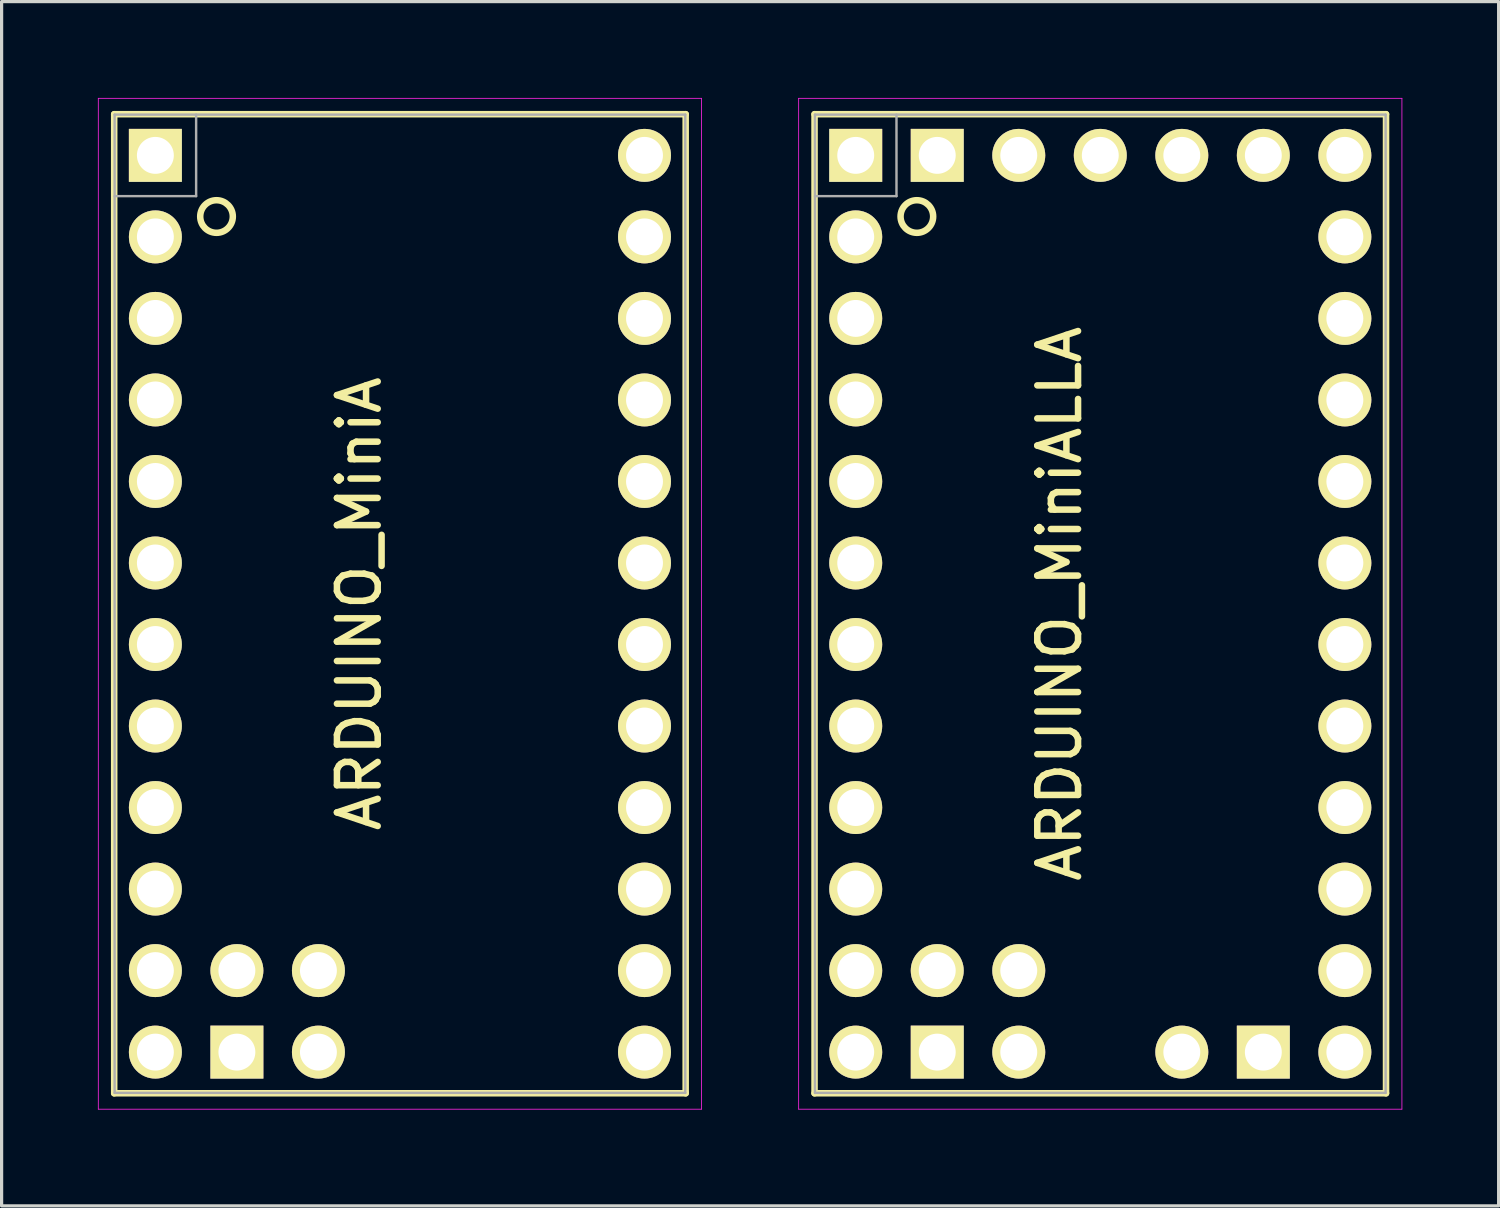
<source format=kicad_pcb>
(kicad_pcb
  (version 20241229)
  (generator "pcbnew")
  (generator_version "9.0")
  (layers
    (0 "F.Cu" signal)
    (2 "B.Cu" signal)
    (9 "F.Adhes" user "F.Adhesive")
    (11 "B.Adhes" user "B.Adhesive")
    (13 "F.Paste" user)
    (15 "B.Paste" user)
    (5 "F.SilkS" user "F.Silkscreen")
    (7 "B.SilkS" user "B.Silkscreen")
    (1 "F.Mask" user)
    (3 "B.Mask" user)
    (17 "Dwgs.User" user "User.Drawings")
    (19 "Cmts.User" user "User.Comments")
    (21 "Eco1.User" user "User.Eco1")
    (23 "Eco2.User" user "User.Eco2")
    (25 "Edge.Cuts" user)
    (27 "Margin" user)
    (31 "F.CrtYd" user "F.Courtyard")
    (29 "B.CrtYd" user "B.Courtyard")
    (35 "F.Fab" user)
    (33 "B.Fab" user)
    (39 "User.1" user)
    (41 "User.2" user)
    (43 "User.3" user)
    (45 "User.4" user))
  (footprint "ARDUINO_MiniALLA"
    (layer "F.Cu")
    (at 31.232 15.761)
    (property "Reference" "ARDUINO_MiniALLA" (at -1.27 0 90) (layer "F.SilkS") (effects (font (size 1.27 1.27) (thickness 0.203))))
    (attr through_hole)
    (fp_line (start -8.903 -15.253) (end 8.903 -15.253) (stroke (width 0.203) (type solid)) (layer "F.SilkS"))
    (fp_line (start -8.903 15.253) (end -8.903 -15.253) (stroke (width 0.203) (type solid)) (layer "F.SilkS"))
    (fp_line (start 8.903 -15.253) (end 8.903 15.253) (stroke (width 0.203) (type solid)) (layer "F.SilkS"))
    (fp_line (start 8.903 15.253) (end -8.903 15.253) (stroke (width 0.203) (type solid)) (layer "F.SilkS"))
    (fp_circle (center -5.715 -12.065) (end -5.715 -12.573) (stroke (width 0.203) (type solid)) (fill no) (layer "F.SilkS"))
    (fp_line (start -9.398 -15.748) (end 9.398 -15.748) (stroke (width 0.025) (type solid)) (layer "F.CrtYd"))
    (fp_line (start -9.398 15.748) (end -9.398 -15.748) (stroke (width 0.025) (type solid)) (layer "F.CrtYd"))
    (fp_line (start 9.398 -15.748) (end 9.398 15.748) (stroke (width 0.025) (type solid)) (layer "F.CrtYd"))
    (fp_line (start 9.398 15.748) (end -9.398 15.748) (stroke (width 0.025) (type solid)) (layer "F.CrtYd"))
    (fp_line (start -8.89 -15.24) (end 8.89 -15.24) (stroke (width 0.076) (type solid)) (layer "F.Fab"))
    (fp_line (start -8.89 15.24) (end -8.89 -15.24) (stroke (width 0.076) (type solid)) (layer "F.Fab"))
    (fp_line (start -6.35 -15.24) (end -6.35 -12.7) (stroke (width 0.076) (type solid)) (layer "F.Fab"))
    (fp_line (start -6.35 -12.7) (end -8.89 -12.7) (stroke (width 0.076) (type solid)) (layer "F.Fab"))
    (fp_line (start 8.89 -15.24) (end 8.89 15.24) (stroke (width 0.076) (type solid)) (layer "F.Fab"))
    (fp_line (start 8.89 15.24) (end -8.89 15.24) (stroke (width 0.076) (type solid)) (layer "F.Fab"))
    (pad "1" thru_hole rect (at -7.62 -13.97) (size 1.65 1.65) (drill 1.15) (layers "*.Cu" "*.Mask" "F.SilkS"))
    (pad "2" thru_hole circle (at -7.62 -11.43) (size 1.65 1.65) (drill 1.15) (layers "*.Cu" "*.Mask" "F.SilkS"))
    (pad "3" thru_hole circle (at -7.62 -8.89) (size 1.65 1.65) (drill 1.15) (layers "*.Cu" "*.Mask" "F.SilkS"))
    (pad "4" thru_hole circle (at -7.62 -6.35) (size 1.65 1.65) (drill 1.15) (layers "*.Cu" "*.Mask" "F.SilkS"))
    (pad "5" thru_hole circle (at -7.62 -3.81) (size 1.65 1.65) (drill 1.15) (layers "*.Cu" "*.Mask" "F.SilkS"))
    (pad "6" thru_hole circle (at -7.62 -1.27) (size 1.65 1.65) (drill 1.15) (layers "*.Cu" "*.Mask" "F.SilkS"))
    (pad "7" thru_hole circle (at -7.62 1.27) (size 1.65 1.65) (drill 1.15) (layers "*.Cu" "*.Mask" "F.SilkS"))
    (pad "8" thru_hole circle (at -7.62 3.81) (size 1.65 1.65) (drill 1.15) (layers "*.Cu" "*.Mask" "F.SilkS"))
    (pad "9" thru_hole circle (at -7.62 6.35) (size 1.65 1.65) (drill 1.15) (layers "*.Cu" "*.Mask" "F.SilkS"))
    (pad "10" thru_hole circle (at -7.62 8.89) (size 1.65 1.65) (drill 1.15) (layers "*.Cu" "*.Mask" "F.SilkS"))
    (pad "11" thru_hole circle (at -7.62 11.43) (size 1.65 1.65) (drill 1.15) (layers "*.Cu" "*.Mask" "F.SilkS"))
    (pad "12" thru_hole circle (at -7.62 13.97) (size 1.65 1.65) (drill 1.15) (layers "*.Cu" "*.Mask" "F.SilkS"))
    (pad "13" thru_hole circle (at 7.62 13.97) (size 1.65 1.65) (drill 1.15) (layers "*.Cu" "*.Mask" "F.SilkS"))
    (pad "14" thru_hole circle (at 7.62 11.43) (size 1.65 1.65) (drill 1.15) (layers "*.Cu" "*.Mask" "F.SilkS"))
    (pad "15" thru_hole circle (at 7.62 8.89) (size 1.65 1.65) (drill 1.15) (layers "*.Cu" "*.Mask" "F.SilkS"))
    (pad "16" thru_hole circle (at 7.62 6.35) (size 1.65 1.65) (drill 1.15) (layers "*.Cu" "*.Mask" "F.SilkS"))
    (pad "17" thru_hole circle (at 7.62 3.81) (size 1.65 1.65) (drill 1.15) (layers "*.Cu" "*.Mask" "F.SilkS"))
    (pad "18" thru_hole circle (at 7.62 1.27) (size 1.65 1.65) (drill 1.15) (layers "*.Cu" "*.Mask" "F.SilkS"))
    (pad "19" thru_hole circle (at 7.62 -1.27) (size 1.65 1.65) (drill 1.15) (layers "*.Cu" "*.Mask" "F.SilkS"))
    (pad "20" thru_hole circle (at 7.62 -3.81) (size 1.65 1.65) (drill 1.15) (layers "*.Cu" "*.Mask" "F.SilkS"))
    (pad "21" thru_hole circle (at 7.62 -6.35) (size 1.65 1.65) (drill 1.15) (layers "*.Cu" "*.Mask" "F.SilkS"))
    (pad "22" thru_hole circle (at 7.62 -8.89) (size 1.65 1.65) (drill 1.15) (layers "*.Cu" "*.Mask" "F.SilkS"))
    (pad "23" thru_hole circle (at 7.62 -11.43) (size 1.65 1.65) (drill 1.15) (layers "*.Cu" "*.Mask" "F.SilkS"))
    (pad "24" thru_hole circle (at 7.62 -13.97) (size 1.65 1.65) (drill 1.15) (layers "*.Cu" "*.Mask" "F.SilkS"))
    (pad "A1" thru_hole rect (at -5.08 13.97) (size 1.65 1.65) (drill 1.15) (layers "*.Cu" "*.Mask" "F.SilkS"))
    (pad "A2" thru_hole circle (at -2.54 13.97) (size 1.65 1.65) (drill 1.15) (layers "*.Cu" "*.Mask" "F.SilkS"))
    (pad "A3" thru_hole circle (at -5.08 11.43) (size 1.65 1.65) (drill 1.15) (layers "*.Cu" "*.Mask" "F.SilkS"))
    (pad "A4" thru_hole circle (at -2.54 11.43) (size 1.65 1.65) (drill 1.15) (layers "*.Cu" "*.Mask" "F.SilkS"))
    (pad "P1" thru_hole rect (at 5.08 13.97) (size 1.65 1.65) (drill 1.15) (layers "*.Cu" "*.Mask" "F.SilkS"))
    (pad "P2" thru_hole circle (at 2.54 13.97) (size 1.65 1.65) (drill 1.15) (layers "*.Cu" "*.Mask" "F.SilkS"))
    (pad "PRG1" thru_hole rect (at -5.08 -13.97) (size 1.65 1.65) (drill 1.15) (layers "*.Cu" "*.Mask" "F.SilkS"))
    (pad "PRG2" thru_hole circle (at -2.54 -13.97) (size 1.65 1.65) (drill 1.15) (layers "*.Cu" "*.Mask" "F.SilkS"))
    (pad "PRG3" thru_hole circle (at 0 -13.97) (size 1.65 1.65) (drill 1.15) (layers "*.Cu" "*.Mask" "F.SilkS"))
    (pad "PRG4" thru_hole circle (at 2.54 -13.97) (size 1.65 1.65) (drill 1.15) (layers "*.Cu" "*.Mask" "F.SilkS"))
    (pad "PRG5" thru_hole circle (at 5.08 -13.97) (size 1.65 1.65) (drill 1.15) (layers "*.Cu" "*.Mask" "F.SilkS")))
  (footprint "ARDUINO_MiniA"
    (layer "F.Cu")
    (at 9.411 15.761)
    (property "Reference" "ARDUINO_MiniA" (at -1.27 0 90) (layer "F.SilkS") (effects (font (size 1.27 1.27) (thickness 0.203))))
    (attr through_hole)
    (fp_line (start -8.903 -15.253) (end 8.903 -15.253) (stroke (width 0.203) (type solid)) (layer "F.SilkS"))
    (fp_line (start -8.903 15.253) (end -8.903 -15.253) (stroke (width 0.203) (type solid)) (layer "F.SilkS"))
    (fp_line (start 8.903 -15.253) (end 8.903 15.253) (stroke (width 0.203) (type solid)) (layer "F.SilkS"))
    (fp_line (start 8.903 15.253) (end -8.903 15.253) (stroke (width 0.203) (type solid)) (layer "F.SilkS"))
    (fp_circle (center -5.715 -12.065) (end -5.715 -12.573) (stroke (width 0.203) (type solid)) (fill no) (layer "F.SilkS"))
    (fp_line (start -9.398 -15.748) (end 9.398 -15.748) (stroke (width 0.025) (type solid)) (layer "F.CrtYd"))
    (fp_line (start -9.398 15.748) (end -9.398 -15.748) (stroke (width 0.025) (type solid)) (layer "F.CrtYd"))
    (fp_line (start 9.398 -15.748) (end 9.398 15.748) (stroke (width 0.025) (type solid)) (layer "F.CrtYd"))
    (fp_line (start 9.398 15.748) (end -9.398 15.748) (stroke (width 0.025) (type solid)) (layer "F.CrtYd"))
    (fp_line (start -8.89 -15.24) (end 8.89 -15.24) (stroke (width 0.076) (type solid)) (layer "F.Fab"))
    (fp_line (start -8.89 15.24) (end -8.89 -15.24) (stroke (width 0.076) (type solid)) (layer "F.Fab"))
    (fp_line (start -6.35 -15.24) (end -6.35 -12.7) (stroke (width 0.076) (type solid)) (layer "F.Fab"))
    (fp_line (start -6.35 -12.7) (end -8.89 -12.7) (stroke (width 0.076) (type solid)) (layer "F.Fab"))
    (fp_line (start 8.89 -15.24) (end 8.89 15.24) (stroke (width 0.076) (type solid)) (layer "F.Fab"))
    (fp_line (start 8.89 15.24) (end -8.89 15.24) (stroke (width 0.076) (type solid)) (layer "F.Fab"))
    (pad "1" thru_hole rect (at -7.62 -13.97) (size 1.65 1.65) (drill 1.15) (layers "*.Cu" "*.Mask" "F.SilkS"))
    (pad "2" thru_hole circle (at -7.62 -11.43) (size 1.65 1.65) (drill 1.15) (layers "*.Cu" "*.Mask" "F.SilkS"))
    (pad "3" thru_hole circle (at -7.62 -8.89) (size 1.65 1.65) (drill 1.15) (layers "*.Cu" "*.Mask" "F.SilkS"))
    (pad "4" thru_hole circle (at -7.62 -6.35) (size 1.65 1.65) (drill 1.15) (layers "*.Cu" "*.Mask" "F.SilkS"))
    (pad "5" thru_hole circle (at -7.62 -3.81) (size 1.65 1.65) (drill 1.15) (layers "*.Cu" "*.Mask" "F.SilkS"))
    (pad "6" thru_hole circle (at -7.62 -1.27) (size 1.65 1.65) (drill 1.15) (layers "*.Cu" "*.Mask" "F.SilkS"))
    (pad "7" thru_hole circle (at -7.62 1.27) (size 1.65 1.65) (drill 1.15) (layers "*.Cu" "*.Mask" "F.SilkS"))
    (pad "8" thru_hole circle (at -7.62 3.81) (size 1.65 1.65) (drill 1.15) (layers "*.Cu" "*.Mask" "F.SilkS"))
    (pad "9" thru_hole circle (at -7.62 6.35) (size 1.65 1.65) (drill 1.15) (layers "*.Cu" "*.Mask" "F.SilkS"))
    (pad "10" thru_hole circle (at -7.62 8.89) (size 1.65 1.65) (drill 1.15) (layers "*.Cu" "*.Mask" "F.SilkS"))
    (pad "11" thru_hole circle (at -7.62 11.43) (size 1.65 1.65) (drill 1.15) (layers "*.Cu" "*.Mask" "F.SilkS"))
    (pad "12" thru_hole circle (at -7.62 13.97) (size 1.65 1.65) (drill 1.15) (layers "*.Cu" "*.Mask" "F.SilkS"))
    (pad "13" thru_hole circle (at 7.62 13.97) (size 1.65 1.65) (drill 1.15) (layers "*.Cu" "*.Mask" "F.SilkS"))
    (pad "14" thru_hole circle (at 7.62 11.43) (size 1.65 1.65) (drill 1.15) (layers "*.Cu" "*.Mask" "F.SilkS"))
    (pad "15" thru_hole circle (at 7.62 8.89) (size 1.65 1.65) (drill 1.15) (layers "*.Cu" "*.Mask" "F.SilkS"))
    (pad "16" thru_hole circle (at 7.62 6.35) (size 1.65 1.65) (drill 1.15) (layers "*.Cu" "*.Mask" "F.SilkS"))
    (pad "17" thru_hole circle (at 7.62 3.81) (size 1.65 1.65) (drill 1.15) (layers "*.Cu" "*.Mask" "F.SilkS"))
    (pad "18" thru_hole circle (at 7.62 1.27) (size 1.65 1.65) (drill 1.15) (layers "*.Cu" "*.Mask" "F.SilkS"))
    (pad "19" thru_hole circle (at 7.62 -1.27) (size 1.65 1.65) (drill 1.15) (layers "*.Cu" "*.Mask" "F.SilkS"))
    (pad "20" thru_hole circle (at 7.62 -3.81) (size 1.65 1.65) (drill 1.15) (layers "*.Cu" "*.Mask" "F.SilkS"))
    (pad "21" thru_hole circle (at 7.62 -6.35) (size 1.65 1.65) (drill 1.15) (layers "*.Cu" "*.Mask" "F.SilkS"))
    (pad "22" thru_hole circle (at 7.62 -8.89) (size 1.65 1.65) (drill 1.15) (layers "*.Cu" "*.Mask" "F.SilkS"))
    (pad "23" thru_hole circle (at 7.62 -11.43) (size 1.65 1.65) (drill 1.15) (layers "*.Cu" "*.Mask" "F.SilkS"))
    (pad "24" thru_hole circle (at 7.62 -13.97) (size 1.65 1.65) (drill 1.15) (layers "*.Cu" "*.Mask" "F.SilkS"))
    (pad "A1" thru_hole rect (at -5.08 13.97) (size 1.65 1.65) (drill 1.15) (layers "*.Cu" "*.Mask" "F.SilkS"))
    (pad "A2" thru_hole circle (at -2.54 13.97) (size 1.65 1.65) (drill 1.15) (layers "*.Cu" "*.Mask" "F.SilkS"))
    (pad "A3" thru_hole circle (at -5.08 11.43) (size 1.65 1.65) (drill 1.15) (layers "*.Cu" "*.Mask" "F.SilkS"))
    (pad "A4" thru_hole circle (at -2.54 11.43) (size 1.65 1.65) (drill 1.15) (layers "*.Cu" "*.Mask" "F.SilkS")))
  (gr_rect
    (start -3 -3)
    (end 43.643 34.521)
    (stroke (width 0.1) (type default))
    (fill no)
    (layer "Edge.Cuts")))
</source>
